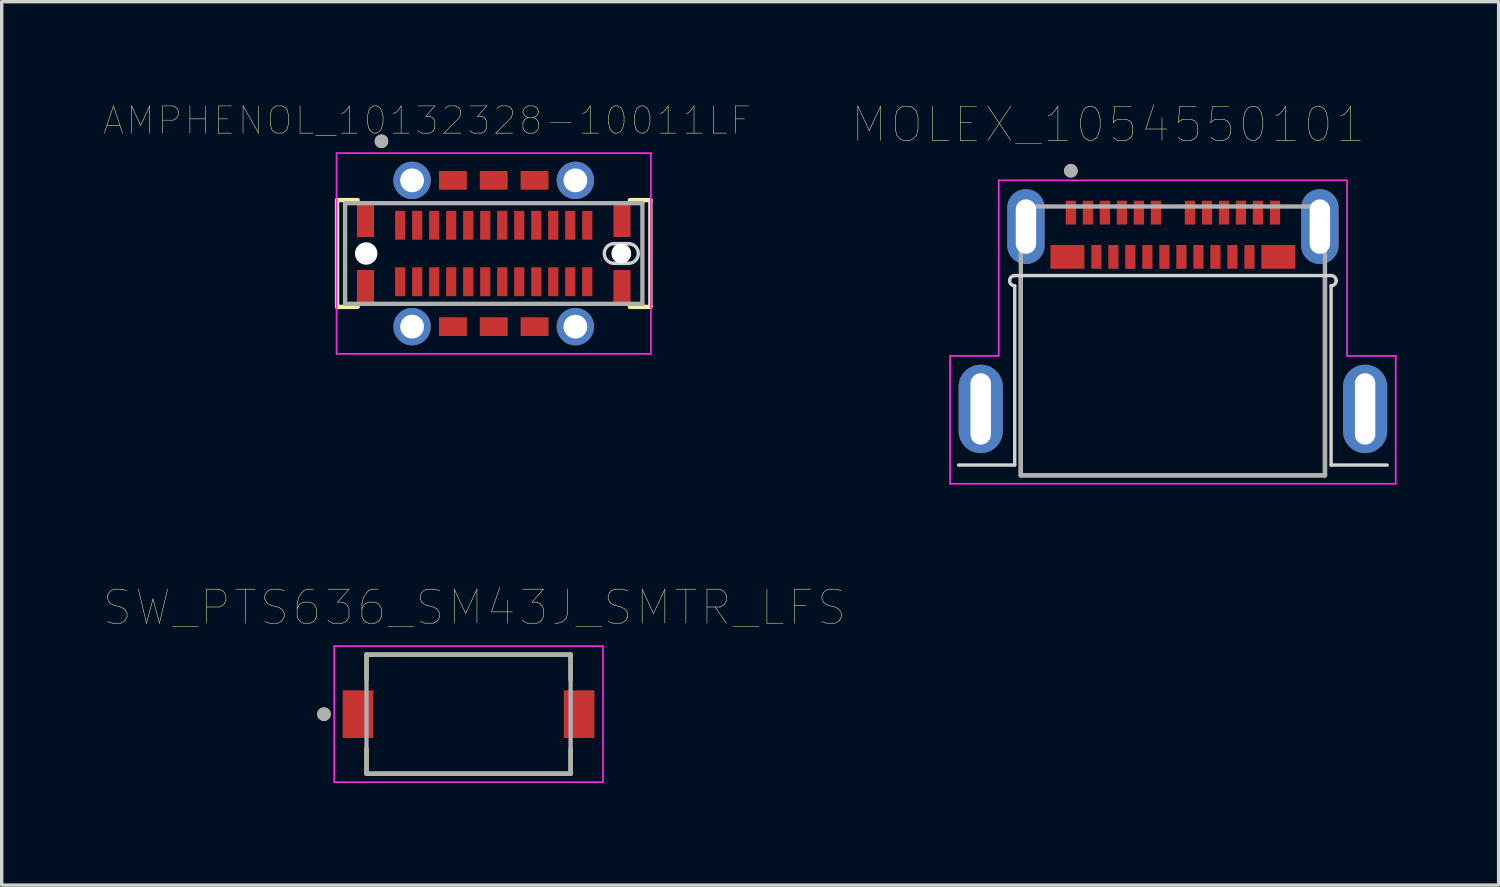
<source format=kicad_pcb>
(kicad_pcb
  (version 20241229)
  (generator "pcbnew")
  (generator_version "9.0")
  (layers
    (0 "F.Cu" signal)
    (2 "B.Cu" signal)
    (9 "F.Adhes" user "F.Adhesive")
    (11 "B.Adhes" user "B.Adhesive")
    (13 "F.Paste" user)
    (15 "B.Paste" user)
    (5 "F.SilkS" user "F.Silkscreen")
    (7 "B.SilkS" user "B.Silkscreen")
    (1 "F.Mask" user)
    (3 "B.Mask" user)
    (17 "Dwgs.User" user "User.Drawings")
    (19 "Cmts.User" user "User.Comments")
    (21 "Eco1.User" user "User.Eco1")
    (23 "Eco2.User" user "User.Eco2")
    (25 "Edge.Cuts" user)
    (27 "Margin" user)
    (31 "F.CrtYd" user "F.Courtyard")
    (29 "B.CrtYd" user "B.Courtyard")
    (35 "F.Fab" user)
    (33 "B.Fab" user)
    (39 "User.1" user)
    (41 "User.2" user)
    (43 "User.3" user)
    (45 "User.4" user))
  (footprint "SW_PTS636_SM43J_SMTR_LFS"
    (layer "F.Cu")
    (at 10.724 17.943)
    (property "Reference" "SW_PTS636_SM43J_SMTR_LFS" (at 0.175 -3.135 0) (layer "F.SilkS") (effects (font (size 1 1) (thickness 0.015))))
    (attr through_hole)
    (fp_line (start -3 -1.75) (end 3 -1.75) (stroke (width 0.127) (type solid)) (layer "F.SilkS"))
    (fp_line (start -3 -1.014) (end -3 -1.75) (stroke (width 0.127) (type solid)) (layer "F.SilkS"))
    (fp_line (start -3 1.75) (end -3 1.014) (stroke (width 0.127) (type solid)) (layer "F.SilkS"))
    (fp_line (start 3 -1.75) (end 3 -1.014) (stroke (width 0.127) (type solid)) (layer "F.SilkS"))
    (fp_line (start 3 1.014) (end 3 1.75) (stroke (width 0.127) (type solid)) (layer "F.SilkS"))
    (fp_line (start 3 1.75) (end -3 1.75) (stroke (width 0.127) (type solid)) (layer "F.SilkS"))
    (fp_circle (center -4.25 0) (end -4.15 0) (stroke (width 0.2) (type solid)) (fill no) (layer "F.SilkS"))
    (fp_line (start -3.95 -2) (end 3.95 -2) (stroke (width 0.05) (type solid)) (layer "F.CrtYd"))
    (fp_line (start -3.95 2) (end -3.95 -2) (stroke (width 0.05) (type solid)) (layer "F.CrtYd"))
    (fp_line (start 3.95 -2) (end 3.95 2) (stroke (width 0.05) (type solid)) (layer "F.CrtYd"))
    (fp_line (start 3.95 2) (end -3.95 2) (stroke (width 0.05) (type solid)) (layer "F.CrtYd"))
    (fp_line (start -3 -1.75) (end 3 -1.75) (stroke (width 0.127) (type solid)) (layer "F.Fab"))
    (fp_line (start -3 1.75) (end -3 -1.75) (stroke (width 0.127) (type solid)) (layer "F.Fab"))
    (fp_line (start 3 -1.75) (end 3 1.75) (stroke (width 0.127) (type solid)) (layer "F.Fab"))
    (fp_line (start 3 1.75) (end -3 1.75) (stroke (width 0.127) (type solid)) (layer "F.Fab"))
    (fp_circle (center -4.25 0) (end -4.15 0) (stroke (width 0.2) (type solid)) (fill no) (layer "F.Fab"))
    (pad "1" smd rect (at -3.25 0) (size 0.9 1.4) (layers "F.Cu" "F.Mask" "F.Paste"))
    (pad "2" smd rect (at 3.25 0) (size 0.9 1.4) (layers "F.Cu" "F.Mask" "F.Paste")))
  (footprint "MOLEX_1054550101"
    (layer "F.Cu")
    (at 31.429 6.971)
    (property "Reference" "MOLEX_1054550101" (at -1.899 -6.358 0) (layer "F.SilkS") (effects (font (size 1.004 1.004) (thickness 0.015))))
    (attr through_hole)
    (fp_line (start -4.47 3.95) (end -4.47 -1.88) (stroke (width 0.127) (type solid)) (layer "F.SilkS"))
    (fp_line (start -4.47 3.95) (end 4.47 3.95) (stroke (width 0.127) (type solid)) (layer "F.SilkS"))
    (fp_line (start 4.47 3.95) (end 4.47 -1.88) (stroke (width 0.127) (type solid)) (layer "F.SilkS"))
    (fp_circle (center -3 -5) (end -2.9 -5) (stroke (width 0.2) (type solid)) (fill no) (layer "F.SilkS"))
    (fp_line (start -6.3 3.65) (end -4.65 3.65) (stroke (width 0.1) (type solid)) (layer "Edge.Cuts"))
    (fp_line (start -4.65 -1.92) (end 4.65 -1.92) (stroke (width 0.1) (type solid)) (layer "Edge.Cuts"))
    (fp_line (start -4.65 3.65) (end -4.65 -1.62) (stroke (width 0.1) (type solid)) (layer "Edge.Cuts"))
    (fp_line (start 4.65 3.65) (end 4.65 -1.62) (stroke (width 0.1) (type solid)) (layer "Edge.Cuts"))
    (fp_line (start 4.65 3.65) (end 6.3 3.65) (stroke (width 0.1) (type solid)) (layer "Edge.Cuts"))
    (fp_arc (start -4.8 -1.77) (mid -4.756066 -1.876066) (end -4.65 -1.92) (stroke (width 0.1) (type solid)) (layer "Edge.Cuts"))
    (fp_arc (start -4.65 -1.62) (mid -4.756066 -1.663934) (end -4.8 -1.77) (stroke (width 0.1) (type solid)) (layer "Edge.Cuts"))
    (fp_arc (start 4.65 -1.92) (mid 4.756066 -1.876066) (end 4.8 -1.77) (stroke (width 0.1) (type solid)) (layer "Edge.Cuts"))
    (fp_arc (start 4.8 -1.77) (mid 4.756066 -1.663934) (end 4.65 -1.62) (stroke (width 0.1) (type solid)) (layer "Edge.Cuts"))
    (fp_line (start -6.55 0.44) (end -5.12 0.44) (stroke (width 0.05) (type solid)) (layer "F.CrtYd"))
    (fp_line (start -6.55 4.2) (end -6.55 0.44) (stroke (width 0.05) (type solid)) (layer "F.CrtYd"))
    (fp_line (start -5.12 -4.72) (end 5.12 -4.72) (stroke (width 0.05) (type solid)) (layer "F.CrtYd"))
    (fp_line (start -5.12 0.44) (end -5.12 -4.72) (stroke (width 0.05) (type solid)) (layer "F.CrtYd"))
    (fp_line (start 5.12 0.44) (end 5.12 -4.72) (stroke (width 0.05) (type solid)) (layer "F.CrtYd"))
    (fp_line (start 5.12 0.44) (end 6.55 0.44) (stroke (width 0.05) (type solid)) (layer "F.CrtYd"))
    (fp_line (start 6.55 4.2) (end -6.55 4.2) (stroke (width 0.05) (type solid)) (layer "F.CrtYd"))
    (fp_line (start 6.55 4.2) (end 6.55 0.44) (stroke (width 0.05) (type solid)) (layer "F.CrtYd"))
    (fp_line (start -4.47 -3.95) (end -4.47 3.95) (stroke (width 0.127) (type solid)) (layer "F.Fab"))
    (fp_line (start -4.47 3.95) (end 4.47 3.95) (stroke (width 0.127) (type solid)) (layer "F.Fab"))
    (fp_line (start 4.47 -3.95) (end -4.47 -3.95) (stroke (width 0.127) (type solid)) (layer "F.Fab"))
    (fp_line (start 4.47 3.95) (end 4.47 -3.95) (stroke (width 0.127) (type solid)) (layer "F.Fab"))
    (fp_circle (center -3 -5) (end -2.9 -5) (stroke (width 0.2) (type solid)) (fill no) (layer "F.Fab"))
    (pad "A1" smd rect (at -3 -3.77) (size 0.3 0.7) (layers "F.Cu" "F.Mask" "F.Paste"))
    (pad "A2" smd rect (at -2.5 -3.77) (size 0.3 0.7) (layers "F.Cu" "F.Mask" "F.Paste"))
    (pad "A3" smd rect (at -2 -3.77) (size 0.3 0.7) (layers "F.Cu" "F.Mask" "F.Paste"))
    (pad "A4" smd rect (at -1.5 -3.77) (size 0.3 0.7) (layers "F.Cu" "F.Mask" "F.Paste"))
    (pad "A5" smd rect (at -1 -3.77) (size 0.3 0.7) (layers "F.Cu" "F.Mask" "F.Paste"))
    (pad "A6" smd rect (at -0.5 -3.77) (size 0.3 0.7) (layers "F.Cu" "F.Mask" "F.Paste"))
    (pad "A7" smd rect (at 0.5 -3.77) (size 0.3 0.7) (layers "F.Cu" "F.Mask" "F.Paste"))
    (pad "A8" smd rect (at 1 -3.77) (size 0.3 0.7) (layers "F.Cu" "F.Mask" "F.Paste"))
    (pad "A9" smd rect (at 1.5 -3.77) (size 0.3 0.7) (layers "F.Cu" "F.Mask" "F.Paste"))
    (pad "A10" smd rect (at 2 -3.77) (size 0.3 0.7) (layers "F.Cu" "F.Mask" "F.Paste"))
    (pad "A11" smd rect (at 2.5 -3.77) (size 0.3 0.7) (layers "F.Cu" "F.Mask" "F.Paste"))
    (pad "A12" smd rect (at 3 -3.77) (size 0.3 0.7) (layers "F.Cu" "F.Mask" "F.Paste"))
    (pad "B1" smd rect (at 3.1 -2.47) (size 1 0.7) (layers "F.Cu" "F.Mask" "F.Paste"))
    (pad "B2" smd rect (at 2.25 -2.47) (size 0.3 0.7) (layers "F.Cu" "F.Mask" "F.Paste"))
    (pad "B3" smd rect (at 1.75 -2.47) (size 0.3 0.7) (layers "F.Cu" "F.Mask" "F.Paste"))
    (pad "B4" smd rect (at 1.25 -2.47) (size 0.3 0.7) (layers "F.Cu" "F.Mask" "F.Paste"))
    (pad "B5" smd rect (at 0.75 -2.47) (size 0.3 0.7) (layers "F.Cu" "F.Mask" "F.Paste"))
    (pad "B6" smd rect (at 0.25 -2.47) (size 0.3 0.7) (layers "F.Cu" "F.Mask" "F.Paste"))
    (pad "B7" smd rect (at -0.25 -2.47) (size 0.3 0.7) (layers "F.Cu" "F.Mask" "F.Paste"))
    (pad "B8" smd rect (at -0.75 -2.47) (size 0.3 0.7) (layers "F.Cu" "F.Mask" "F.Paste"))
    (pad "B9" smd rect (at -1.25 -2.47) (size 0.3 0.7) (layers "F.Cu" "F.Mask" "F.Paste"))
    (pad "B10" smd rect (at -1.75 -2.47) (size 0.3 0.7) (layers "F.Cu" "F.Mask" "F.Paste"))
    (pad "B11" smd rect (at -2.25 -2.47) (size 0.3 0.7) (layers "F.Cu" "F.Mask" "F.Paste"))
    (pad "B12" smd rect (at -3.1 -2.47) (size 1 0.7) (layers "F.Cu" "F.Mask" "F.Paste"))
    (pad "S1" thru_hole oval (at -4.32 -3.36) (size 1.1 2.2) (drill oval 0.6 1.6) (layers "*.Cu" "*.Mask"))
    (pad "S2" thru_hole oval (at 4.32 -3.36) (size 1.1 2.2) (drill oval 0.6 1.6) (layers "*.Cu" "*.Mask"))
    (pad "S3" thru_hole oval (at -5.65 2) (size 1.3 2.6) (drill oval 0.6 2.1) (layers "*.Cu" "*.Mask"))
    (pad "S4" thru_hole oval (at 5.65 2) (size 1.3 2.6) (drill oval 0.6 2.1) (layers "*.Cu" "*.Mask")))
  (footprint "AMPHENOL_10132328-10011LF"
    (layer "F.Cu")
    (at 11.464 4.402)
    (property "Reference" "AMPHENOL_10132328-10011LF" (at -1.96 -3.908 0) (layer "F.SilkS") (effects (font (size 0.8 0.8) (thickness 0.015))))
    (attr through_hole)
    (fp_line (start -4.605 1.57) (end -4.605 -1.57) (stroke (width 0.127) (type solid)) (layer "F.SilkS"))
    (fp_line (start -4 -1.57) (end -4.605 -1.57) (stroke (width 0.127) (type solid)) (layer "F.SilkS"))
    (fp_line (start -4 1.57) (end -4.605 1.57) (stroke (width 0.127) (type solid)) (layer "F.SilkS"))
    (fp_line (start 4 -1.57) (end 4.605 -1.57) (stroke (width 0.127) (type solid)) (layer "F.SilkS"))
    (fp_line (start 4 1.57) (end 4.605 1.57) (stroke (width 0.127) (type solid)) (layer "F.SilkS"))
    (fp_line (start 4.605 -1.57) (end 4.605 1.57) (stroke (width 0.127) (type solid)) (layer "F.SilkS"))
    (fp_circle (center -3.3 -3.3) (end -3.2 -3.3) (stroke (width 0.2) (type solid)) (fill no) (layer "F.SilkS"))
    (fp_line (start 3.54 0.29) (end 3.96 0.29) (stroke (width 0.1) (type solid)) (layer "Edge.Cuts"))
    (fp_line (start 3.96 -0.29) (end 3.54 -0.29) (stroke (width 0.1) (type solid)) (layer "Edge.Cuts"))
    (fp_arc (start 3.54 0.29) (mid 3.25 0) (end 3.54 -0.29) (stroke (width 0.1) (type solid)) (layer "Edge.Cuts"))
    (fp_arc (start 3.96 -0.29) (mid 4.25 0) (end 3.96 0.29) (stroke (width 0.1) (type solid)) (layer "Edge.Cuts"))
    (fp_line (start -4.62 -2.95) (end 4.62 -2.95) (stroke (width 0.05) (type solid)) (layer "F.CrtYd"))
    (fp_line (start -4.62 2.95) (end -4.62 -2.95) (stroke (width 0.05) (type solid)) (layer "F.CrtYd"))
    (fp_line (start 4.62 -2.95) (end 4.62 2.95) (stroke (width 0.05) (type solid)) (layer "F.CrtYd"))
    (fp_line (start 4.62 2.95) (end -4.62 2.95) (stroke (width 0.05) (type solid)) (layer "F.CrtYd"))
    (fp_line (start -4.37 -1.48) (end 4.37 -1.48) (stroke (width 0.127) (type solid)) (layer "F.Fab"))
    (fp_line (start -4.37 1.48) (end -4.37 -1.48) (stroke (width 0.127) (type solid)) (layer "F.Fab"))
    (fp_line (start 4.37 -1.48) (end 4.37 1.48) (stroke (width 0.127) (type solid)) (layer "F.Fab"))
    (fp_line (start 4.37 1.48) (end -4.37 1.48) (stroke (width 0.127) (type solid)) (layer "F.Fab"))
    (fp_circle (center -3.3 -3.3) (end -3.2 -3.3) (stroke (width 0.2) (type solid)) (fill no) (layer "F.Fab"))
    (pad "" np_thru_hole circle (at -3.75 0) (size 0.66 0.66) (drill 0.66) (layers "*.Cu" "*.Mask"))
    (pad "" np_thru_hole circle (at 3.75 0) (size 0.58 0.58) (drill 0.58) (layers "*.Cu" "*.Mask"))
    (pad "1" smd rect (at -1.2 -2.15) (size 0.82 0.55) (layers "F.Cu" "F.Mask" "F.Paste"))
    (pad "2" smd rect (at 0 -2.15) (size 0.82 0.55) (layers "F.Cu" "F.Mask" "F.Paste"))
    (pad "3" smd rect (at 1.2 -2.15) (size 0.82 0.55) (layers "F.Cu" "F.Mask" "F.Paste"))
    (pad "4" smd rect (at -1.2 2.15) (size 0.82 0.55) (layers "F.Cu" "F.Mask" "F.Paste"))
    (pad "5" smd rect (at 0 2.15) (size 0.82 0.55) (layers "F.Cu" "F.Mask" "F.Paste"))
    (pad "6" smd rect (at 1.2 2.15) (size 0.82 0.55) (layers "F.Cu" "F.Mask" "F.Paste"))
    (pad "7" thru_hole circle (at -2.4 -2.15) (size 1.1 1.1) (drill 0.7) (layers "*.Cu" "*.Mask"))
    (pad "8" thru_hole circle (at 2.4 -2.15) (size 1.1 1.1) (drill 0.7) (layers "*.Cu" "*.Mask"))
    (pad "9" thru_hole circle (at -2.4 2.15) (size 1.1 1.1) (drill 0.7) (layers "*.Cu" "*.Mask"))
    (pad "10" thru_hole circle (at 2.4 2.15) (size 1.1 1.1) (drill 0.7) (layers "*.Cu" "*.Mask"))
    (pad "11" smd rect (at -3.77 -1) (size 0.5 1.03) (layers "F.Cu" "F.Mask" "F.Paste"))
    (pad "12" smd rect (at 3.77 -1) (size 0.5 1.03) (layers "F.Cu" "F.Mask" "F.Paste"))
    (pad "13" smd rect (at -3.77 1) (size 0.5 1.03) (layers "F.Cu" "F.Mask" "F.Paste"))
    (pad "14" smd rect (at 3.77 1) (size 0.5 1.03) (layers "F.Cu" "F.Mask" "F.Paste"))
    (pad "A1" smd rect (at -2.75 -0.83) (size 0.3 0.85) (layers "F.Cu" "F.Mask" "F.Paste"))
    (pad "A2" smd rect (at -2.25 -0.83) (size 0.3 0.85) (layers "F.Cu" "F.Mask" "F.Paste"))
    (pad "A3" smd rect (at -1.75 -0.83) (size 0.3 0.85) (layers "F.Cu" "F.Mask" "F.Paste"))
    (pad "A4" smd rect (at -1.25 -0.83) (size 0.3 0.85) (layers "F.Cu" "F.Mask" "F.Paste"))
    (pad "A5" smd rect (at -0.75 -0.83) (size 0.3 0.85) (layers "F.Cu" "F.Mask" "F.Paste"))
    (pad "A6" smd rect (at -0.25 -0.83) (size 0.3 0.85) (layers "F.Cu" "F.Mask" "F.Paste"))
    (pad "A7" smd rect (at 0.25 -0.83) (size 0.3 0.85) (layers "F.Cu" "F.Mask" "F.Paste"))
    (pad "A8" smd rect (at 0.75 -0.83) (size 0.3 0.85) (layers "F.Cu" "F.Mask" "F.Paste"))
    (pad "A9" smd rect (at 1.25 -0.83) (size 0.3 0.85) (layers "F.Cu" "F.Mask" "F.Paste"))
    (pad "A10" smd rect (at 1.75 -0.83) (size 0.3 0.85) (layers "F.Cu" "F.Mask" "F.Paste"))
    (pad "A11" smd rect (at 2.25 -0.83) (size 0.3 0.85) (layers "F.Cu" "F.Mask" "F.Paste"))
    (pad "A12" smd rect (at 2.75 -0.83) (size 0.3 0.85) (layers "F.Cu" "F.Mask" "F.Paste"))
    (pad "B1" smd rect (at 2.75 0.83) (size 0.3 0.85) (layers "F.Cu" "F.Mask" "F.Paste"))
    (pad "B2" smd rect (at 2.25 0.83) (size 0.3 0.85) (layers "F.Cu" "F.Mask" "F.Paste"))
    (pad "B3" smd rect (at 1.75 0.83) (size 0.3 0.85) (layers "F.Cu" "F.Mask" "F.Paste"))
    (pad "B4" smd rect (at 1.25 0.83) (size 0.3 0.85) (layers "F.Cu" "F.Mask" "F.Paste"))
    (pad "B5" smd rect (at 0.75 0.83) (size 0.3 0.85) (layers "F.Cu" "F.Mask" "F.Paste"))
    (pad "B6" smd rect (at 0.25 0.83) (size 0.3 0.85) (layers "F.Cu" "F.Mask" "F.Paste"))
    (pad "B7" smd rect (at -0.25 0.83) (size 0.3 0.85) (layers "F.Cu" "F.Mask" "F.Paste"))
    (pad "B8" smd rect (at -0.75 0.83) (size 0.3 0.85) (layers "F.Cu" "F.Mask" "F.Paste"))
    (pad "B9" smd rect (at -1.25 0.83) (size 0.3 0.85) (layers "F.Cu" "F.Mask" "F.Paste"))
    (pad "B10" smd rect (at -1.75 0.83) (size 0.3 0.85) (layers "F.Cu" "F.Mask" "F.Paste"))
    (pad "B11" smd rect (at -2.25 0.83) (size 0.3 0.85) (layers "F.Cu" "F.Mask" "F.Paste"))
    (pad "B12" smd rect (at -2.75 0.83) (size 0.3 0.85) (layers "F.Cu" "F.Mask" "F.Paste")))
  (gr_rect
    (start -3 -3)
    (end 41.004 22.968)
    (stroke (width 0.1) (type default))
    (fill no)
    (layer "Edge.Cuts")))
</source>
